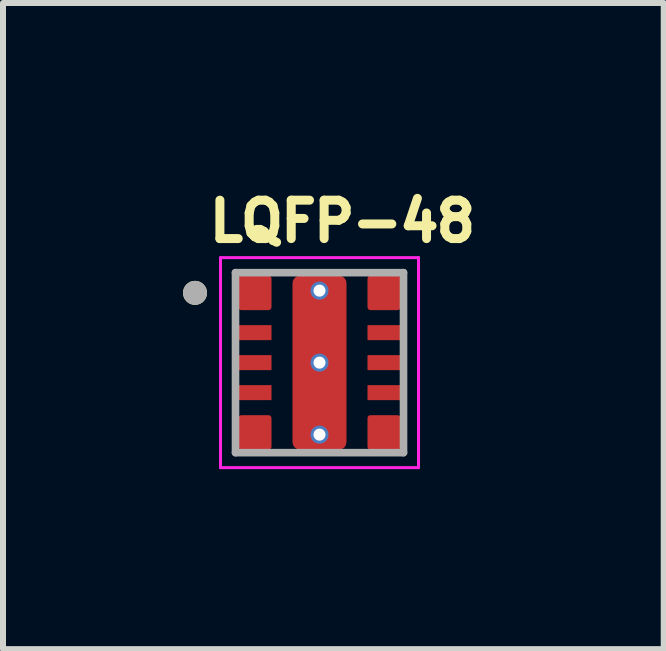
<source format=kicad_pcb>
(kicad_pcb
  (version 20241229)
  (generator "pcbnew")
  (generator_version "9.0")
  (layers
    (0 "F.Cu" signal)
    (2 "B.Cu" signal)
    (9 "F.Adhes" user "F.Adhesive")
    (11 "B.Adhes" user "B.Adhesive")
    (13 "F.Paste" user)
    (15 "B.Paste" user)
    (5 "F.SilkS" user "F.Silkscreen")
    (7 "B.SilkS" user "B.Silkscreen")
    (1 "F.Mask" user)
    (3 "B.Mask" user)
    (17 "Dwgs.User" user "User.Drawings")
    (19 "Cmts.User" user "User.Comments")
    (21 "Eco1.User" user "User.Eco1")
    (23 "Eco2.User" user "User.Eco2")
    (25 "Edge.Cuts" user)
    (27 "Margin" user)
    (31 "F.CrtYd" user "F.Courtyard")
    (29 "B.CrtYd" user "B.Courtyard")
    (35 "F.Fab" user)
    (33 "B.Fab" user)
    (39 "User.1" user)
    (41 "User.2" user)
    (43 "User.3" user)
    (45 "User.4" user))
  (footprint "LQFP-48"
    (layer "F.Cu")
    (at 2.275 2.994)
    (property "Reference" "LQFP-48" (at 0.382 -2.356 0) (layer "F.SilkS") (effects (font (size 0.64 0.64) (thickness 0.15))))
    (attr smd)
    (fp_poly (pts (xy -1.35 -1.5) (xy -0.8 -1.5) (xy -0.797 -1.5) (xy -0.795 -1.5) (xy -0.792 -1.499) (xy -0.79 -1.499) (xy -0.787 -1.498) (xy -0.785 -1.498) (xy -0.782 -1.497) (xy -0.78 -1.496) (xy -0.777 -1.495) (xy -0.775 -1.493) (xy -0.773 -1.492) (xy -0.771 -1.49) (xy -0.769 -1.489) (xy -0.767 -1.487) (xy -0.765 -1.485) (xy -0.763 -1.483) (xy -0.761 -1.481) (xy -0.76 -1.479) (xy -0.758 -1.477) (xy -0.757 -1.475) (xy -0.755 -1.473) (xy -0.754 -1.47) (xy -0.753 -1.468) (xy -0.752 -1.465) (xy -0.752 -1.463) (xy -0.751 -1.46) (xy -0.751 -1.458) (xy -0.75 -1.455) (xy -0.75 -1.453) (xy -0.75 -1.45) (xy -0.75 -0.875) (xy -0.75 -0.872) (xy -0.75 -0.87) (xy -0.751 -0.867) (xy -0.751 -0.865) (xy -0.752 -0.862) (xy -0.752 -0.86) (xy -0.753 -0.857) (xy -0.754 -0.855) (xy -0.755 -0.852) (xy -0.757 -0.85) (xy -0.758 -0.848) (xy -0.76 -0.846) (xy -0.761 -0.844) (xy -0.763 -0.842) (xy -0.765 -0.84) (xy -0.767 -0.838) (xy -0.769 -0.836) (xy -0.771 -0.835) (xy -0.773 -0.833) (xy -0.775 -0.832) (xy -0.777 -0.83) (xy -0.78 -0.829) (xy -0.782 -0.828) (xy -0.785 -0.827) (xy -0.787 -0.827) (xy -0.79 -0.826) (xy -0.792 -0.826) (xy -0.795 -0.825) (xy -0.797 -0.825) (xy -0.8 -0.825) (xy -1.35 -0.825) (xy -1.353 -0.825) (xy -1.355 -0.825) (xy -1.358 -0.826) (xy -1.36 -0.826) (xy -1.363 -0.827) (xy -1.365 -0.827) (xy -1.368 -0.828) (xy -1.37 -0.829) (xy -1.373 -0.83) (xy -1.375 -0.832) (xy -1.377 -0.833) (xy -1.379 -0.835) (xy -1.381 -0.836) (xy -1.383 -0.838) (xy -1.385 -0.84) (xy -1.387 -0.842) (xy -1.389 -0.844) (xy -1.39 -0.846) (xy -1.392 -0.848) (xy -1.393 -0.85) (xy -1.395 -0.852) (xy -1.396 -0.855) (xy -1.397 -0.857) (xy -1.398 -0.86) (xy -1.398 -0.862) (xy -1.399 -0.865) (xy -1.399 -0.867) (xy -1.4 -0.87) (xy -1.4 -0.872) (xy -1.4 -0.875) (xy -1.4 -1.45) (xy -1.4 -1.453) (xy -1.4 -1.455) (xy -1.399 -1.458) (xy -1.399 -1.46) (xy -1.398 -1.463) (xy -1.398 -1.465) (xy -1.397 -1.468) (xy -1.396 -1.47) (xy -1.395 -1.473) (xy -1.393 -1.475) (xy -1.392 -1.477) (xy -1.39 -1.479) (xy -1.389 -1.481) (xy -1.387 -1.483) (xy -1.385 -1.485) (xy -1.383 -1.487) (xy -1.381 -1.489) (xy -1.379 -1.49) (xy -1.377 -1.492) (xy -1.375 -1.493) (xy -1.373 -1.495) (xy -1.37 -1.496) (xy -1.368 -1.497) (xy -1.365 -1.498) (xy -1.363 -1.498) (xy -1.36 -1.499) (xy -1.358 -1.499) (xy -1.355 -1.5) (xy -1.353 -1.5) (xy -1.35 -1.5)) (stroke (width 0.01) (type solid)) (fill yes) (layer "F.Mask"))
    (fp_poly (pts (xy -1.35 -0.675) (xy -0.8 -0.675) (xy -0.797 -0.675) (xy -0.795 -0.675) (xy -0.792 -0.674) (xy -0.79 -0.674) (xy -0.787 -0.673) (xy -0.785 -0.673) (xy -0.782 -0.672) (xy -0.78 -0.671) (xy -0.777 -0.67) (xy -0.775 -0.668) (xy -0.773 -0.667) (xy -0.771 -0.665) (xy -0.769 -0.664) (xy -0.767 -0.662) (xy -0.765 -0.66) (xy -0.763 -0.658) (xy -0.761 -0.656) (xy -0.76 -0.654) (xy -0.758 -0.652) (xy -0.757 -0.65) (xy -0.755 -0.648) (xy -0.754 -0.645) (xy -0.753 -0.643) (xy -0.752 -0.64) (xy -0.752 -0.638) (xy -0.751 -0.635) (xy -0.751 -0.633) (xy -0.75 -0.63) (xy -0.75 -0.628) (xy -0.75 -0.625) (xy -0.75 -0.375) (xy -0.75 -0.372) (xy -0.75 -0.37) (xy -0.751 -0.367) (xy -0.751 -0.365) (xy -0.752 -0.362) (xy -0.752 -0.36) (xy -0.753 -0.357) (xy -0.754 -0.355) (xy -0.755 -0.352) (xy -0.757 -0.35) (xy -0.758 -0.348) (xy -0.76 -0.346) (xy -0.761 -0.344) (xy -0.763 -0.342) (xy -0.765 -0.34) (xy -0.767 -0.338) (xy -0.769 -0.336) (xy -0.771 -0.335) (xy -0.773 -0.333) (xy -0.775 -0.332) (xy -0.777 -0.33) (xy -0.78 -0.329) (xy -0.782 -0.328) (xy -0.785 -0.327) (xy -0.787 -0.327) (xy -0.79 -0.326) (xy -0.792 -0.326) (xy -0.795 -0.325) (xy -0.797 -0.325) (xy -0.8 -0.325) (xy -1.35 -0.325) (xy -1.353 -0.325) (xy -1.355 -0.325) (xy -1.358 -0.326) (xy -1.36 -0.326) (xy -1.363 -0.327) (xy -1.365 -0.327) (xy -1.368 -0.328) (xy -1.37 -0.329) (xy -1.373 -0.33) (xy -1.375 -0.332) (xy -1.377 -0.333) (xy -1.379 -0.335) (xy -1.381 -0.336) (xy -1.383 -0.338) (xy -1.385 -0.34) (xy -1.387 -0.342) (xy -1.389 -0.344) (xy -1.39 -0.346) (xy -1.392 -0.348) (xy -1.393 -0.35) (xy -1.395 -0.352) (xy -1.396 -0.355) (xy -1.397 -0.357) (xy -1.398 -0.36) (xy -1.398 -0.362) (xy -1.399 -0.365) (xy -1.399 -0.367) (xy -1.4 -0.37) (xy -1.4 -0.372) (xy -1.4 -0.375) (xy -1.4 -0.625) (xy -1.4 -0.628) (xy -1.4 -0.63) (xy -1.399 -0.633) (xy -1.399 -0.635) (xy -1.398 -0.638) (xy -1.398 -0.64) (xy -1.397 -0.643) (xy -1.396 -0.645) (xy -1.395 -0.648) (xy -1.393 -0.65) (xy -1.392 -0.652) (xy -1.39 -0.654) (xy -1.389 -0.656) (xy -1.387 -0.658) (xy -1.385 -0.66) (xy -1.383 -0.662) (xy -1.381 -0.664) (xy -1.379 -0.665) (xy -1.377 -0.667) (xy -1.375 -0.668) (xy -1.373 -0.67) (xy -1.37 -0.671) (xy -1.368 -0.672) (xy -1.365 -0.673) (xy -1.363 -0.673) (xy -1.36 -0.674) (xy -1.358 -0.674) (xy -1.355 -0.675) (xy -1.353 -0.675) (xy -1.35 -0.675)) (stroke (width 0.01) (type solid)) (fill yes) (layer "F.Mask"))
    (fp_poly (pts (xy -1.35 -0.175) (xy -0.8 -0.175) (xy -0.797 -0.175) (xy -0.795 -0.175) (xy -0.792 -0.174) (xy -0.79 -0.174) (xy -0.787 -0.173) (xy -0.785 -0.173) (xy -0.782 -0.172) (xy -0.78 -0.171) (xy -0.777 -0.17) (xy -0.775 -0.168) (xy -0.773 -0.167) (xy -0.771 -0.165) (xy -0.769 -0.164) (xy -0.767 -0.162) (xy -0.765 -0.16) (xy -0.763 -0.158) (xy -0.761 -0.156) (xy -0.76 -0.154) (xy -0.758 -0.152) (xy -0.757 -0.15) (xy -0.755 -0.148) (xy -0.754 -0.145) (xy -0.753 -0.143) (xy -0.752 -0.14) (xy -0.752 -0.138) (xy -0.751 -0.135) (xy -0.751 -0.133) (xy -0.75 -0.13) (xy -0.75 -0.128) (xy -0.75 -0.125) (xy -0.75 0.125) (xy -0.75 0.128) (xy -0.75 0.13) (xy -0.751 0.133) (xy -0.751 0.135) (xy -0.752 0.138) (xy -0.752 0.14) (xy -0.753 0.143) (xy -0.754 0.145) (xy -0.755 0.148) (xy -0.757 0.15) (xy -0.758 0.152) (xy -0.76 0.154) (xy -0.761 0.156) (xy -0.763 0.158) (xy -0.765 0.16) (xy -0.767 0.162) (xy -0.769 0.164) (xy -0.771 0.165) (xy -0.773 0.167) (xy -0.775 0.168) (xy -0.777 0.17) (xy -0.78 0.171) (xy -0.782 0.172) (xy -0.785 0.173) (xy -0.787 0.173) (xy -0.79 0.174) (xy -0.792 0.174) (xy -0.795 0.175) (xy -0.797 0.175) (xy -0.8 0.175) (xy -1.35 0.175) (xy -1.353 0.175) (xy -1.355 0.175) (xy -1.358 0.174) (xy -1.36 0.174) (xy -1.363 0.173) (xy -1.365 0.173) (xy -1.368 0.172) (xy -1.37 0.171) (xy -1.373 0.17) (xy -1.375 0.168) (xy -1.377 0.167) (xy -1.379 0.165) (xy -1.381 0.164) (xy -1.383 0.162) (xy -1.385 0.16) (xy -1.387 0.158) (xy -1.389 0.156) (xy -1.39 0.154) (xy -1.392 0.152) (xy -1.393 0.15) (xy -1.395 0.148) (xy -1.396 0.145) (xy -1.397 0.143) (xy -1.398 0.14) (xy -1.398 0.138) (xy -1.399 0.135) (xy -1.399 0.133) (xy -1.4 0.13) (xy -1.4 0.128) (xy -1.4 0.125) (xy -1.4 -0.125) (xy -1.4 -0.128) (xy -1.4 -0.13) (xy -1.399 -0.133) (xy -1.399 -0.135) (xy -1.398 -0.138) (xy -1.398 -0.14) (xy -1.397 -0.143) (xy -1.396 -0.145) (xy -1.395 -0.148) (xy -1.393 -0.15) (xy -1.392 -0.152) (xy -1.39 -0.154) (xy -1.389 -0.156) (xy -1.387 -0.158) (xy -1.385 -0.16) (xy -1.383 -0.162) (xy -1.381 -0.164) (xy -1.379 -0.165) (xy -1.377 -0.167) (xy -1.375 -0.168) (xy -1.373 -0.17) (xy -1.37 -0.171) (xy -1.368 -0.172) (xy -1.365 -0.173) (xy -1.363 -0.173) (xy -1.36 -0.174) (xy -1.358 -0.174) (xy -1.355 -0.175) (xy -1.353 -0.175) (xy -1.35 -0.175)) (stroke (width 0.01) (type solid)) (fill yes) (layer "F.Mask"))
    (fp_poly (pts (xy -1.35 0.325) (xy -0.8 0.325) (xy -0.797 0.325) (xy -0.795 0.325) (xy -0.792 0.326) (xy -0.79 0.326) (xy -0.787 0.327) (xy -0.785 0.327) (xy -0.782 0.328) (xy -0.78 0.329) (xy -0.777 0.33) (xy -0.775 0.332) (xy -0.773 0.333) (xy -0.771 0.335) (xy -0.769 0.336) (xy -0.767 0.338) (xy -0.765 0.34) (xy -0.763 0.342) (xy -0.761 0.344) (xy -0.76 0.346) (xy -0.758 0.348) (xy -0.757 0.35) (xy -0.755 0.352) (xy -0.754 0.355) (xy -0.753 0.357) (xy -0.752 0.36) (xy -0.752 0.362) (xy -0.751 0.365) (xy -0.751 0.367) (xy -0.75 0.37) (xy -0.75 0.372) (xy -0.75 0.375) (xy -0.75 0.625) (xy -0.75 0.628) (xy -0.75 0.63) (xy -0.751 0.633) (xy -0.751 0.635) (xy -0.752 0.638) (xy -0.752 0.64) (xy -0.753 0.643) (xy -0.754 0.645) (xy -0.755 0.648) (xy -0.757 0.65) (xy -0.758 0.652) (xy -0.76 0.654) (xy -0.761 0.656) (xy -0.763 0.658) (xy -0.765 0.66) (xy -0.767 0.662) (xy -0.769 0.664) (xy -0.771 0.665) (xy -0.773 0.667) (xy -0.775 0.668) (xy -0.777 0.67) (xy -0.78 0.671) (xy -0.782 0.672) (xy -0.785 0.673) (xy -0.787 0.673) (xy -0.79 0.674) (xy -0.792 0.674) (xy -0.795 0.675) (xy -0.797 0.675) (xy -0.8 0.675) (xy -1.35 0.675) (xy -1.353 0.675) (xy -1.355 0.675) (xy -1.358 0.674) (xy -1.36 0.674) (xy -1.363 0.673) (xy -1.365 0.673) (xy -1.368 0.672) (xy -1.37 0.671) (xy -1.373 0.67) (xy -1.375 0.668) (xy -1.377 0.667) (xy -1.379 0.665) (xy -1.381 0.664) (xy -1.383 0.662) (xy -1.385 0.66) (xy -1.387 0.658) (xy -1.389 0.656) (xy -1.39 0.654) (xy -1.392 0.652) (xy -1.393 0.65) (xy -1.395 0.648) (xy -1.396 0.645) (xy -1.397 0.643) (xy -1.398 0.64) (xy -1.398 0.638) (xy -1.399 0.635) (xy -1.399 0.633) (xy -1.4 0.63) (xy -1.4 0.628) (xy -1.4 0.625) (xy -1.4 0.375) (xy -1.4 0.372) (xy -1.4 0.37) (xy -1.399 0.367) (xy -1.399 0.365) (xy -1.398 0.362) (xy -1.398 0.36) (xy -1.397 0.357) (xy -1.396 0.355) (xy -1.395 0.352) (xy -1.393 0.35) (xy -1.392 0.348) (xy -1.39 0.346) (xy -1.389 0.344) (xy -1.387 0.342) (xy -1.385 0.34) (xy -1.383 0.338) (xy -1.381 0.336) (xy -1.379 0.335) (xy -1.377 0.333) (xy -1.375 0.332) (xy -1.373 0.33) (xy -1.37 0.329) (xy -1.368 0.328) (xy -1.365 0.327) (xy -1.363 0.327) (xy -1.36 0.326) (xy -1.358 0.326) (xy -1.355 0.325) (xy -1.353 0.325) (xy -1.35 0.325)) (stroke (width 0.01) (type solid)) (fill yes) (layer "F.Mask"))
    (fp_poly (pts (xy -1.35 0.825) (xy -0.8 0.825) (xy -0.797 0.825) (xy -0.795 0.825) (xy -0.792 0.826) (xy -0.79 0.826) (xy -0.787 0.827) (xy -0.785 0.827) (xy -0.782 0.828) (xy -0.78 0.829) (xy -0.777 0.83) (xy -0.775 0.832) (xy -0.773 0.833) (xy -0.771 0.835) (xy -0.769 0.836) (xy -0.767 0.838) (xy -0.765 0.84) (xy -0.763 0.842) (xy -0.761 0.844) (xy -0.76 0.846) (xy -0.758 0.848) (xy -0.757 0.85) (xy -0.755 0.852) (xy -0.754 0.855) (xy -0.753 0.857) (xy -0.752 0.86) (xy -0.752 0.862) (xy -0.751 0.865) (xy -0.751 0.867) (xy -0.75 0.87) (xy -0.75 0.872) (xy -0.75 0.875) (xy -0.75 1.45) (xy -0.75 1.453) (xy -0.75 1.455) (xy -0.751 1.458) (xy -0.751 1.46) (xy -0.752 1.463) (xy -0.752 1.465) (xy -0.753 1.468) (xy -0.754 1.47) (xy -0.755 1.473) (xy -0.757 1.475) (xy -0.758 1.477) (xy -0.76 1.479) (xy -0.761 1.481) (xy -0.763 1.483) (xy -0.765 1.485) (xy -0.767 1.487) (xy -0.769 1.489) (xy -0.771 1.49) (xy -0.773 1.492) (xy -0.775 1.493) (xy -0.777 1.495) (xy -0.78 1.496) (xy -0.782 1.497) (xy -0.785 1.498) (xy -0.787 1.498) (xy -0.79 1.499) (xy -0.792 1.499) (xy -0.795 1.5) (xy -0.797 1.5) (xy -0.8 1.5) (xy -1.35 1.5) (xy -1.353 1.5) (xy -1.355 1.5) (xy -1.358 1.499) (xy -1.36 1.499) (xy -1.363 1.498) (xy -1.365 1.498) (xy -1.368 1.497) (xy -1.37 1.496) (xy -1.373 1.495) (xy -1.375 1.493) (xy -1.377 1.492) (xy -1.379 1.49) (xy -1.381 1.489) (xy -1.383 1.487) (xy -1.385 1.485) (xy -1.387 1.483) (xy -1.389 1.481) (xy -1.39 1.479) (xy -1.392 1.477) (xy -1.393 1.475) (xy -1.395 1.473) (xy -1.396 1.47) (xy -1.397 1.468) (xy -1.398 1.465) (xy -1.398 1.463) (xy -1.399 1.46) (xy -1.399 1.458) (xy -1.4 1.455) (xy -1.4 1.453) (xy -1.4 1.45) (xy -1.4 0.875) (xy -1.4 0.872) (xy -1.4 0.87) (xy -1.399 0.867) (xy -1.399 0.865) (xy -1.398 0.862) (xy -1.398 0.86) (xy -1.397 0.857) (xy -1.396 0.855) (xy -1.395 0.852) (xy -1.393 0.85) (xy -1.392 0.848) (xy -1.39 0.846) (xy -1.389 0.844) (xy -1.387 0.842) (xy -1.385 0.84) (xy -1.383 0.838) (xy -1.381 0.836) (xy -1.379 0.835) (xy -1.377 0.833) (xy -1.375 0.832) (xy -1.373 0.83) (xy -1.37 0.829) (xy -1.368 0.828) (xy -1.365 0.827) (xy -1.363 0.827) (xy -1.36 0.826) (xy -1.358 0.826) (xy -1.355 0.825) (xy -1.353 0.825) (xy -1.35 0.825)) (stroke (width 0.01) (type solid)) (fill yes) (layer "F.Mask"))
    (fp_poly (pts (xy -0.5 1.45) (xy -0.5 -1.45) (xy -0.5 -1.453) (xy -0.5 -1.455) (xy -0.499 -1.458) (xy -0.499 -1.46) (xy -0.498 -1.463) (xy -0.498 -1.465) (xy -0.497 -1.468) (xy -0.496 -1.47) (xy -0.495 -1.473) (xy -0.493 -1.475) (xy -0.492 -1.477) (xy -0.49 -1.479) (xy -0.489 -1.481) (xy -0.487 -1.483) (xy -0.485 -1.485) (xy -0.483 -1.487) (xy -0.481 -1.489) (xy -0.479 -1.49) (xy -0.477 -1.492) (xy -0.475 -1.493) (xy -0.473 -1.495) (xy -0.47 -1.496) (xy -0.468 -1.497) (xy -0.465 -1.498) (xy -0.463 -1.498) (xy -0.46 -1.499) (xy -0.458 -1.499) (xy -0.455 -1.5) (xy -0.453 -1.5) (xy -0.45 -1.5) (xy 0.45 -1.5) (xy 0.453 -1.5) (xy 0.455 -1.5) (xy 0.458 -1.499) (xy 0.46 -1.499) (xy 0.463 -1.498) (xy 0.465 -1.498) (xy 0.468 -1.497) (xy 0.47 -1.496) (xy 0.473 -1.495) (xy 0.475 -1.493) (xy 0.477 -1.492) (xy 0.479 -1.49) (xy 0.481 -1.489) (xy 0.483 -1.487) (xy 0.485 -1.485) (xy 0.487 -1.483) (xy 0.489 -1.481) (xy 0.49 -1.479) (xy 0.492 -1.477) (xy 0.493 -1.475) (xy 0.495 -1.473) (xy 0.496 -1.47) (xy 0.497 -1.468) (xy 0.498 -1.465) (xy 0.498 -1.463) (xy 0.499 -1.46) (xy 0.499 -1.458) (xy 0.5 -1.455) (xy 0.5 -1.453) (xy 0.5 -1.45) (xy 0.5 1.45) (xy 0.5 1.453) (xy 0.5 1.455) (xy 0.499 1.458) (xy 0.499 1.46) (xy 0.498 1.463) (xy 0.498 1.465) (xy 0.497 1.468) (xy 0.496 1.47) (xy 0.495 1.473) (xy 0.493 1.475) (xy 0.492 1.477) (xy 0.49 1.479) (xy 0.489 1.481) (xy 0.487 1.483) (xy 0.485 1.485) (xy 0.483 1.487) (xy 0.481 1.489) (xy 0.479 1.49) (xy 0.477 1.492) (xy 0.475 1.493) (xy 0.473 1.495) (xy 0.47 1.496) (xy 0.468 1.497) (xy 0.465 1.498) (xy 0.463 1.498) (xy 0.46 1.499) (xy 0.458 1.499) (xy 0.455 1.5) (xy 0.453 1.5) (xy 0.45 1.5) (xy -0.45 1.5) (xy -0.453 1.5) (xy -0.455 1.5) (xy -0.458 1.499) (xy -0.46 1.499) (xy -0.463 1.498) (xy -0.465 1.498) (xy -0.468 1.497) (xy -0.47 1.496) (xy -0.473 1.495) (xy -0.475 1.493) (xy -0.477 1.492) (xy -0.479 1.49) (xy -0.481 1.489) (xy -0.483 1.487) (xy -0.485 1.485) (xy -0.487 1.483) (xy -0.489 1.481) (xy -0.49 1.479) (xy -0.492 1.477) (xy -0.493 1.475) (xy -0.495 1.473) (xy -0.496 1.47) (xy -0.497 1.468) (xy -0.498 1.465) (xy -0.498 1.463) (xy -0.499 1.46) (xy -0.499 1.458) (xy -0.5 1.455) (xy -0.5 1.453) (xy -0.5 1.45)) (stroke (width 0.01) (type solid)) (fill yes) (layer "F.Mask"))
    (fp_poly (pts (xy 0.8 -1.5) (xy 1.35 -1.5) (xy 1.353 -1.5) (xy 1.355 -1.5) (xy 1.358 -1.499) (xy 1.36 -1.499) (xy 1.363 -1.498) (xy 1.365 -1.498) (xy 1.368 -1.497) (xy 1.37 -1.496) (xy 1.373 -1.495) (xy 1.375 -1.493) (xy 1.377 -1.492) (xy 1.379 -1.49) (xy 1.381 -1.489) (xy 1.383 -1.487) (xy 1.385 -1.485) (xy 1.387 -1.483) (xy 1.389 -1.481) (xy 1.39 -1.479) (xy 1.392 -1.477) (xy 1.393 -1.475) (xy 1.395 -1.473) (xy 1.396 -1.47) (xy 1.397 -1.468) (xy 1.398 -1.465) (xy 1.398 -1.463) (xy 1.399 -1.46) (xy 1.399 -1.458) (xy 1.4 -1.455) (xy 1.4 -1.453) (xy 1.4 -1.45) (xy 1.4 -0.875) (xy 1.4 -0.872) (xy 1.4 -0.87) (xy 1.399 -0.867) (xy 1.399 -0.865) (xy 1.398 -0.862) (xy 1.398 -0.86) (xy 1.397 -0.857) (xy 1.396 -0.855) (xy 1.395 -0.852) (xy 1.393 -0.85) (xy 1.392 -0.848) (xy 1.39 -0.846) (xy 1.389 -0.844) (xy 1.387 -0.842) (xy 1.385 -0.84) (xy 1.383 -0.838) (xy 1.381 -0.836) (xy 1.379 -0.835) (xy 1.377 -0.833) (xy 1.375 -0.832) (xy 1.373 -0.83) (xy 1.37 -0.829) (xy 1.368 -0.828) (xy 1.365 -0.827) (xy 1.363 -0.827) (xy 1.36 -0.826) (xy 1.358 -0.826) (xy 1.355 -0.825) (xy 1.353 -0.825) (xy 1.35 -0.825) (xy 0.8 -0.825) (xy 0.797 -0.825) (xy 0.795 -0.825) (xy 0.792 -0.826) (xy 0.79 -0.826) (xy 0.787 -0.827) (xy 0.785 -0.827) (xy 0.782 -0.828) (xy 0.78 -0.829) (xy 0.777 -0.83) (xy 0.775 -0.832) (xy 0.773 -0.833) (xy 0.771 -0.835) (xy 0.769 -0.836) (xy 0.767 -0.838) (xy 0.765 -0.84) (xy 0.763 -0.842) (xy 0.761 -0.844) (xy 0.76 -0.846) (xy 0.758 -0.848) (xy 0.757 -0.85) (xy 0.755 -0.852) (xy 0.754 -0.855) (xy 0.753 -0.857) (xy 0.752 -0.86) (xy 0.752 -0.862) (xy 0.751 -0.865) (xy 0.751 -0.867) (xy 0.75 -0.87) (xy 0.75 -0.872) (xy 0.75 -0.875) (xy 0.75 -1.45) (xy 0.75 -1.453) (xy 0.75 -1.455) (xy 0.751 -1.458) (xy 0.751 -1.46) (xy 0.752 -1.463) (xy 0.752 -1.465) (xy 0.753 -1.468) (xy 0.754 -1.47) (xy 0.755 -1.473) (xy 0.757 -1.475) (xy 0.758 -1.477) (xy 0.76 -1.479) (xy 0.761 -1.481) (xy 0.763 -1.483) (xy 0.765 -1.485) (xy 0.767 -1.487) (xy 0.769 -1.489) (xy 0.771 -1.49) (xy 0.773 -1.492) (xy 0.775 -1.493) (xy 0.777 -1.495) (xy 0.78 -1.496) (xy 0.782 -1.497) (xy 0.785 -1.498) (xy 0.787 -1.498) (xy 0.79 -1.499) (xy 0.792 -1.499) (xy 0.795 -1.5) (xy 0.797 -1.5) (xy 0.8 -1.5)) (stroke (width 0.01) (type solid)) (fill yes) (layer "F.Mask"))
    (fp_poly (pts (xy 0.8 -0.675) (xy 1.35 -0.675) (xy 1.353 -0.675) (xy 1.355 -0.675) (xy 1.358 -0.674) (xy 1.36 -0.674) (xy 1.363 -0.673) (xy 1.365 -0.673) (xy 1.368 -0.672) (xy 1.37 -0.671) (xy 1.373 -0.67) (xy 1.375 -0.668) (xy 1.377 -0.667) (xy 1.379 -0.665) (xy 1.381 -0.664) (xy 1.383 -0.662) (xy 1.385 -0.66) (xy 1.387 -0.658) (xy 1.389 -0.656) (xy 1.39 -0.654) (xy 1.392 -0.652) (xy 1.393 -0.65) (xy 1.395 -0.648) (xy 1.396 -0.645) (xy 1.397 -0.643) (xy 1.398 -0.64) (xy 1.398 -0.638) (xy 1.399 -0.635) (xy 1.399 -0.633) (xy 1.4 -0.63) (xy 1.4 -0.628) (xy 1.4 -0.625) (xy 1.4 -0.375) (xy 1.4 -0.372) (xy 1.4 -0.37) (xy 1.399 -0.367) (xy 1.399 -0.365) (xy 1.398 -0.362) (xy 1.398 -0.36) (xy 1.397 -0.357) (xy 1.396 -0.355) (xy 1.395 -0.352) (xy 1.393 -0.35) (xy 1.392 -0.348) (xy 1.39 -0.346) (xy 1.389 -0.344) (xy 1.387 -0.342) (xy 1.385 -0.34) (xy 1.383 -0.338) (xy 1.381 -0.336) (xy 1.379 -0.335) (xy 1.377 -0.333) (xy 1.375 -0.332) (xy 1.373 -0.33) (xy 1.37 -0.329) (xy 1.368 -0.328) (xy 1.365 -0.327) (xy 1.363 -0.327) (xy 1.36 -0.326) (xy 1.358 -0.326) (xy 1.355 -0.325) (xy 1.353 -0.325) (xy 1.35 -0.325) (xy 0.8 -0.325) (xy 0.797 -0.325) (xy 0.795 -0.325) (xy 0.792 -0.326) (xy 0.79 -0.326) (xy 0.787 -0.327) (xy 0.785 -0.327) (xy 0.782 -0.328) (xy 0.78 -0.329) (xy 0.777 -0.33) (xy 0.775 -0.332) (xy 0.773 -0.333) (xy 0.771 -0.335) (xy 0.769 -0.336) (xy 0.767 -0.338) (xy 0.765 -0.34) (xy 0.763 -0.342) (xy 0.761 -0.344) (xy 0.76 -0.346) (xy 0.758 -0.348) (xy 0.757 -0.35) (xy 0.755 -0.352) (xy 0.754 -0.355) (xy 0.753 -0.357) (xy 0.752 -0.36) (xy 0.752 -0.362) (xy 0.751 -0.365) (xy 0.751 -0.367) (xy 0.75 -0.37) (xy 0.75 -0.372) (xy 0.75 -0.375) (xy 0.75 -0.625) (xy 0.75 -0.628) (xy 0.75 -0.63) (xy 0.751 -0.633) (xy 0.751 -0.635) (xy 0.752 -0.638) (xy 0.752 -0.64) (xy 0.753 -0.643) (xy 0.754 -0.645) (xy 0.755 -0.648) (xy 0.757 -0.65) (xy 0.758 -0.652) (xy 0.76 -0.654) (xy 0.761 -0.656) (xy 0.763 -0.658) (xy 0.765 -0.66) (xy 0.767 -0.662) (xy 0.769 -0.664) (xy 0.771 -0.665) (xy 0.773 -0.667) (xy 0.775 -0.668) (xy 0.777 -0.67) (xy 0.78 -0.671) (xy 0.782 -0.672) (xy 0.785 -0.673) (xy 0.787 -0.673) (xy 0.79 -0.674) (xy 0.792 -0.674) (xy 0.795 -0.675) (xy 0.797 -0.675) (xy 0.8 -0.675)) (stroke (width 0.01) (type solid)) (fill yes) (layer "F.Mask"))
    (fp_poly (pts (xy 0.8 -0.175) (xy 1.35 -0.175) (xy 1.353 -0.175) (xy 1.355 -0.175) (xy 1.358 -0.174) (xy 1.36 -0.174) (xy 1.363 -0.173) (xy 1.365 -0.173) (xy 1.368 -0.172) (xy 1.37 -0.171) (xy 1.373 -0.17) (xy 1.375 -0.168) (xy 1.377 -0.167) (xy 1.379 -0.165) (xy 1.381 -0.164) (xy 1.383 -0.162) (xy 1.385 -0.16) (xy 1.387 -0.158) (xy 1.389 -0.156) (xy 1.39 -0.154) (xy 1.392 -0.152) (xy 1.393 -0.15) (xy 1.395 -0.148) (xy 1.396 -0.145) (xy 1.397 -0.143) (xy 1.398 -0.14) (xy 1.398 -0.138) (xy 1.399 -0.135) (xy 1.399 -0.133) (xy 1.4 -0.13) (xy 1.4 -0.128) (xy 1.4 -0.125) (xy 1.4 0.125) (xy 1.4 0.128) (xy 1.4 0.13) (xy 1.399 0.133) (xy 1.399 0.135) (xy 1.398 0.138) (xy 1.398 0.14) (xy 1.397 0.143) (xy 1.396 0.145) (xy 1.395 0.148) (xy 1.393 0.15) (xy 1.392 0.152) (xy 1.39 0.154) (xy 1.389 0.156) (xy 1.387 0.158) (xy 1.385 0.16) (xy 1.383 0.162) (xy 1.381 0.164) (xy 1.379 0.165) (xy 1.377 0.167) (xy 1.375 0.168) (xy 1.373 0.17) (xy 1.37 0.171) (xy 1.368 0.172) (xy 1.365 0.173) (xy 1.363 0.173) (xy 1.36 0.174) (xy 1.358 0.174) (xy 1.355 0.175) (xy 1.353 0.175) (xy 1.35 0.175) (xy 0.8 0.175) (xy 0.797 0.175) (xy 0.795 0.175) (xy 0.792 0.174) (xy 0.79 0.174) (xy 0.787 0.173) (xy 0.785 0.173) (xy 0.782 0.172) (xy 0.78 0.171) (xy 0.777 0.17) (xy 0.775 0.168) (xy 0.773 0.167) (xy 0.771 0.165) (xy 0.769 0.164) (xy 0.767 0.162) (xy 0.765 0.16) (xy 0.763 0.158) (xy 0.761 0.156) (xy 0.76 0.154) (xy 0.758 0.152) (xy 0.757 0.15) (xy 0.755 0.148) (xy 0.754 0.145) (xy 0.753 0.143) (xy 0.752 0.14) (xy 0.752 0.138) (xy 0.751 0.135) (xy 0.751 0.133) (xy 0.75 0.13) (xy 0.75 0.128) (xy 0.75 0.125) (xy 0.75 -0.125) (xy 0.75 -0.128) (xy 0.75 -0.13) (xy 0.751 -0.133) (xy 0.751 -0.135) (xy 0.752 -0.138) (xy 0.752 -0.14) (xy 0.753 -0.143) (xy 0.754 -0.145) (xy 0.755 -0.148) (xy 0.757 -0.15) (xy 0.758 -0.152) (xy 0.76 -0.154) (xy 0.761 -0.156) (xy 0.763 -0.158) (xy 0.765 -0.16) (xy 0.767 -0.162) (xy 0.769 -0.164) (xy 0.771 -0.165) (xy 0.773 -0.167) (xy 0.775 -0.168) (xy 0.777 -0.17) (xy 0.78 -0.171) (xy 0.782 -0.172) (xy 0.785 -0.173) (xy 0.787 -0.173) (xy 0.79 -0.174) (xy 0.792 -0.174) (xy 0.795 -0.175) (xy 0.797 -0.175) (xy 0.8 -0.175)) (stroke (width 0.01) (type solid)) (fill yes) (layer "F.Mask"))
    (fp_poly (pts (xy 0.8 0.325) (xy 1.35 0.325) (xy 1.353 0.325) (xy 1.355 0.325) (xy 1.358 0.326) (xy 1.36 0.326) (xy 1.363 0.327) (xy 1.365 0.327) (xy 1.368 0.328) (xy 1.37 0.329) (xy 1.373 0.33) (xy 1.375 0.332) (xy 1.377 0.333) (xy 1.379 0.335) (xy 1.381 0.336) (xy 1.383 0.338) (xy 1.385 0.34) (xy 1.387 0.342) (xy 1.389 0.344) (xy 1.39 0.346) (xy 1.392 0.348) (xy 1.393 0.35) (xy 1.395 0.352) (xy 1.396 0.355) (xy 1.397 0.357) (xy 1.398 0.36) (xy 1.398 0.362) (xy 1.399 0.365) (xy 1.399 0.367) (xy 1.4 0.37) (xy 1.4 0.372) (xy 1.4 0.375) (xy 1.4 0.625) (xy 1.4 0.628) (xy 1.4 0.63) (xy 1.399 0.633) (xy 1.399 0.635) (xy 1.398 0.638) (xy 1.398 0.64) (xy 1.397 0.643) (xy 1.396 0.645) (xy 1.395 0.648) (xy 1.393 0.65) (xy 1.392 0.652) (xy 1.39 0.654) (xy 1.389 0.656) (xy 1.387 0.658) (xy 1.385 0.66) (xy 1.383 0.662) (xy 1.381 0.664) (xy 1.379 0.665) (xy 1.377 0.667) (xy 1.375 0.668) (xy 1.373 0.67) (xy 1.37 0.671) (xy 1.368 0.672) (xy 1.365 0.673) (xy 1.363 0.673) (xy 1.36 0.674) (xy 1.358 0.674) (xy 1.355 0.675) (xy 1.353 0.675) (xy 1.35 0.675) (xy 0.8 0.675) (xy 0.797 0.675) (xy 0.795 0.675) (xy 0.792 0.674) (xy 0.79 0.674) (xy 0.787 0.673) (xy 0.785 0.673) (xy 0.782 0.672) (xy 0.78 0.671) (xy 0.777 0.67) (xy 0.775 0.668) (xy 0.773 0.667) (xy 0.771 0.665) (xy 0.769 0.664) (xy 0.767 0.662) (xy 0.765 0.66) (xy 0.763 0.658) (xy 0.761 0.656) (xy 0.76 0.654) (xy 0.758 0.652) (xy 0.757 0.65) (xy 0.755 0.648) (xy 0.754 0.645) (xy 0.753 0.643) (xy 0.752 0.64) (xy 0.752 0.638) (xy 0.751 0.635) (xy 0.751 0.633) (xy 0.75 0.63) (xy 0.75 0.628) (xy 0.75 0.625) (xy 0.75 0.375) (xy 0.75 0.372) (xy 0.75 0.37) (xy 0.751 0.367) (xy 0.751 0.365) (xy 0.752 0.362) (xy 0.752 0.36) (xy 0.753 0.357) (xy 0.754 0.355) (xy 0.755 0.352) (xy 0.757 0.35) (xy 0.758 0.348) (xy 0.76 0.346) (xy 0.761 0.344) (xy 0.763 0.342) (xy 0.765 0.34) (xy 0.767 0.338) (xy 0.769 0.336) (xy 0.771 0.335) (xy 0.773 0.333) (xy 0.775 0.332) (xy 0.777 0.33) (xy 0.78 0.329) (xy 0.782 0.328) (xy 0.785 0.327) (xy 0.787 0.327) (xy 0.79 0.326) (xy 0.792 0.326) (xy 0.795 0.325) (xy 0.797 0.325) (xy 0.8 0.325)) (stroke (width 0.01) (type solid)) (fill yes) (layer "F.Mask"))
    (fp_poly (pts (xy 0.8 0.825) (xy 1.35 0.825) (xy 1.353 0.825) (xy 1.355 0.825) (xy 1.358 0.826) (xy 1.36 0.826) (xy 1.363 0.827) (xy 1.365 0.827) (xy 1.368 0.828) (xy 1.37 0.829) (xy 1.373 0.83) (xy 1.375 0.832) (xy 1.377 0.833) (xy 1.379 0.835) (xy 1.381 0.836) (xy 1.383 0.838) (xy 1.385 0.84) (xy 1.387 0.842) (xy 1.389 0.844) (xy 1.39 0.846) (xy 1.392 0.848) (xy 1.393 0.85) (xy 1.395 0.852) (xy 1.396 0.855) (xy 1.397 0.857) (xy 1.398 0.86) (xy 1.398 0.862) (xy 1.399 0.865) (xy 1.399 0.867) (xy 1.4 0.87) (xy 1.4 0.872) (xy 1.4 0.875) (xy 1.4 1.45) (xy 1.4 1.453) (xy 1.4 1.455) (xy 1.399 1.458) (xy 1.399 1.46) (xy 1.398 1.463) (xy 1.398 1.465) (xy 1.397 1.468) (xy 1.396 1.47) (xy 1.395 1.473) (xy 1.393 1.475) (xy 1.392 1.477) (xy 1.39 1.479) (xy 1.389 1.481) (xy 1.387 1.483) (xy 1.385 1.485) (xy 1.383 1.487) (xy 1.381 1.489) (xy 1.379 1.49) (xy 1.377 1.492) (xy 1.375 1.493) (xy 1.373 1.495) (xy 1.37 1.496) (xy 1.368 1.497) (xy 1.365 1.498) (xy 1.363 1.498) (xy 1.36 1.499) (xy 1.358 1.499) (xy 1.355 1.5) (xy 1.353 1.5) (xy 1.35 1.5) (xy 0.8 1.5) (xy 0.797 1.5) (xy 0.795 1.5) (xy 0.792 1.499) (xy 0.79 1.499) (xy 0.787 1.498) (xy 0.785 1.498) (xy 0.782 1.497) (xy 0.78 1.496) (xy 0.777 1.495) (xy 0.775 1.493) (xy 0.773 1.492) (xy 0.771 1.49) (xy 0.769 1.489) (xy 0.767 1.487) (xy 0.765 1.485) (xy 0.763 1.483) (xy 0.761 1.481) (xy 0.76 1.479) (xy 0.758 1.477) (xy 0.757 1.475) (xy 0.755 1.473) (xy 0.754 1.47) (xy 0.753 1.468) (xy 0.752 1.465) (xy 0.752 1.463) (xy 0.751 1.46) (xy 0.751 1.458) (xy 0.75 1.455) (xy 0.75 1.453) (xy 0.75 1.45) (xy 0.75 0.875) (xy 0.75 0.872) (xy 0.75 0.87) (xy 0.751 0.867) (xy 0.751 0.865) (xy 0.752 0.862) (xy 0.752 0.86) (xy 0.753 0.857) (xy 0.754 0.855) (xy 0.755 0.852) (xy 0.757 0.85) (xy 0.758 0.848) (xy 0.76 0.846) (xy 0.761 0.844) (xy 0.763 0.842) (xy 0.765 0.84) (xy 0.767 0.838) (xy 0.769 0.836) (xy 0.771 0.835) (xy 0.773 0.833) (xy 0.775 0.832) (xy 0.777 0.83) (xy 0.78 0.829) (xy 0.782 0.828) (xy 0.785 0.827) (xy 0.787 0.827) (xy 0.79 0.826) (xy 0.792 0.826) (xy 0.795 0.825) (xy 0.797 0.825) (xy 0.8 0.825)) (stroke (width 0.01) (type solid)) (fill yes) (layer "F.Mask"))
    (fp_circle (center -2.075 -1.163) (end -1.975 -1.163) (stroke (width 0.2) (type solid)) (fill no) (layer "F.SilkS"))
    (fp_poly (pts (xy -0.4 -0.15) (xy -0.4 -1.35) (xy -0.4 -1.353) (xy -0.4 -1.355) (xy -0.399 -1.358) (xy -0.399 -1.36) (xy -0.398 -1.363) (xy -0.398 -1.365) (xy -0.397 -1.368) (xy -0.396 -1.37) (xy -0.395 -1.373) (xy -0.393 -1.375) (xy -0.392 -1.377) (xy -0.39 -1.379) (xy -0.389 -1.381) (xy -0.387 -1.383) (xy -0.385 -1.385) (xy -0.383 -1.387) (xy -0.381 -1.389) (xy -0.379 -1.39) (xy -0.377 -1.392) (xy -0.375 -1.393) (xy -0.373 -1.395) (xy -0.37 -1.396) (xy -0.368 -1.397) (xy -0.365 -1.398) (xy -0.363 -1.398) (xy -0.36 -1.399) (xy -0.358 -1.399) (xy -0.355 -1.4) (xy -0.353 -1.4) (xy -0.35 -1.4) (xy 0.35 -1.4) (xy 0.353 -1.4) (xy 0.355 -1.4) (xy 0.358 -1.399) (xy 0.36 -1.399) (xy 0.363 -1.398) (xy 0.365 -1.398) (xy 0.368 -1.397) (xy 0.37 -1.396) (xy 0.373 -1.395) (xy 0.375 -1.393) (xy 0.377 -1.392) (xy 0.379 -1.39) (xy 0.381 -1.389) (xy 0.383 -1.387) (xy 0.385 -1.385) (xy 0.387 -1.383) (xy 0.389 -1.381) (xy 0.39 -1.379) (xy 0.392 -1.377) (xy 0.393 -1.375) (xy 0.395 -1.373) (xy 0.396 -1.37) (xy 0.397 -1.368) (xy 0.398 -1.365) (xy 0.398 -1.363) (xy 0.399 -1.36) (xy 0.399 -1.358) (xy 0.4 -1.355) (xy 0.4 -1.353) (xy 0.4 -1.35) (xy 0.4 -0.15) (xy 0.4 -0.147) (xy 0.4 -0.145) (xy 0.399 -0.142) (xy 0.399 -0.14) (xy 0.398 -0.137) (xy 0.398 -0.135) (xy 0.397 -0.132) (xy 0.396 -0.13) (xy 0.395 -0.127) (xy 0.393 -0.125) (xy 0.392 -0.123) (xy 0.39 -0.121) (xy 0.389 -0.119) (xy 0.387 -0.117) (xy 0.385 -0.115) (xy 0.383 -0.113) (xy 0.381 -0.111) (xy 0.379 -0.11) (xy 0.377 -0.108) (xy 0.375 -0.107) (xy 0.373 -0.105) (xy 0.37 -0.104) (xy 0.368 -0.103) (xy 0.365 -0.102) (xy 0.363 -0.102) (xy 0.36 -0.101) (xy 0.358 -0.101) (xy 0.355 -0.1) (xy 0.353 -0.1) (xy 0.35 -0.1) (xy -0.35 -0.1) (xy -0.353 -0.1) (xy -0.355 -0.1) (xy -0.358 -0.101) (xy -0.36 -0.101) (xy -0.363 -0.102) (xy -0.365 -0.102) (xy -0.368 -0.103) (xy -0.37 -0.104) (xy -0.373 -0.105) (xy -0.375 -0.107) (xy -0.377 -0.108) (xy -0.379 -0.11) (xy -0.381 -0.111) (xy -0.383 -0.113) (xy -0.385 -0.115) (xy -0.387 -0.117) (xy -0.389 -0.119) (xy -0.39 -0.121) (xy -0.392 -0.123) (xy -0.393 -0.125) (xy -0.395 -0.127) (xy -0.396 -0.13) (xy -0.397 -0.132) (xy -0.398 -0.135) (xy -0.398 -0.137) (xy -0.399 -0.14) (xy -0.399 -0.142) (xy -0.4 -0.145) (xy -0.4 -0.147) (xy -0.4 -0.15)) (stroke (width 0.01) (type solid)) (fill yes) (layer "F.Paste"))
    (fp_poly (pts (xy -0.4 1.35) (xy -0.4 0.15) (xy -0.4 0.147) (xy -0.4 0.145) (xy -0.399 0.142) (xy -0.399 0.14) (xy -0.398 0.137) (xy -0.398 0.135) (xy -0.397 0.132) (xy -0.396 0.13) (xy -0.395 0.127) (xy -0.393 0.125) (xy -0.392 0.123) (xy -0.39 0.121) (xy -0.389 0.119) (xy -0.387 0.117) (xy -0.385 0.115) (xy -0.383 0.113) (xy -0.381 0.111) (xy -0.379 0.11) (xy -0.377 0.108) (xy -0.375 0.107) (xy -0.373 0.105) (xy -0.37 0.104) (xy -0.368 0.103) (xy -0.365 0.102) (xy -0.363 0.102) (xy -0.36 0.101) (xy -0.358 0.101) (xy -0.355 0.1) (xy -0.353 0.1) (xy -0.35 0.1) (xy 0.35 0.1) (xy 0.353 0.1) (xy 0.355 0.1) (xy 0.358 0.101) (xy 0.36 0.101) (xy 0.363 0.102) (xy 0.365 0.102) (xy 0.368 0.103) (xy 0.37 0.104) (xy 0.373 0.105) (xy 0.375 0.107) (xy 0.377 0.108) (xy 0.379 0.11) (xy 0.381 0.111) (xy 0.383 0.113) (xy 0.385 0.115) (xy 0.387 0.117) (xy 0.389 0.119) (xy 0.39 0.121) (xy 0.392 0.123) (xy 0.393 0.125) (xy 0.395 0.127) (xy 0.396 0.13) (xy 0.397 0.132) (xy 0.398 0.135) (xy 0.398 0.137) (xy 0.399 0.14) (xy 0.399 0.142) (xy 0.4 0.145) (xy 0.4 0.147) (xy 0.4 0.15) (xy 0.4 1.35) (xy 0.4 1.353) (xy 0.4 1.355) (xy 0.399 1.358) (xy 0.399 1.36) (xy 0.398 1.363) (xy 0.398 1.365) (xy 0.397 1.368) (xy 0.396 1.37) (xy 0.395 1.373) (xy 0.393 1.375) (xy 0.392 1.377) (xy 0.39 1.379) (xy 0.389 1.381) (xy 0.387 1.383) (xy 0.385 1.385) (xy 0.383 1.387) (xy 0.381 1.389) (xy 0.379 1.39) (xy 0.377 1.392) (xy 0.375 1.393) (xy 0.373 1.395) (xy 0.37 1.396) (xy 0.368 1.397) (xy 0.365 1.398) (xy 0.363 1.398) (xy 0.36 1.399) (xy 0.358 1.399) (xy 0.355 1.4) (xy 0.353 1.4) (xy 0.35 1.4) (xy -0.35 1.4) (xy -0.353 1.4) (xy -0.355 1.4) (xy -0.358 1.399) (xy -0.36 1.399) (xy -0.363 1.398) (xy -0.365 1.398) (xy -0.368 1.397) (xy -0.37 1.396) (xy -0.373 1.395) (xy -0.375 1.393) (xy -0.377 1.392) (xy -0.379 1.39) (xy -0.381 1.389) (xy -0.383 1.387) (xy -0.385 1.385) (xy -0.387 1.383) (xy -0.389 1.381) (xy -0.39 1.379) (xy -0.392 1.377) (xy -0.393 1.375) (xy -0.395 1.373) (xy -0.396 1.37) (xy -0.397 1.368) (xy -0.398 1.365) (xy -0.398 1.363) (xy -0.399 1.36) (xy -0.399 1.358) (xy -0.4 1.355) (xy -0.4 1.353) (xy -0.4 1.35)) (stroke (width 0.01) (type solid)) (fill yes) (layer "F.Paste"))
    (fp_line (start -1.65 -1.75) (end -1.65 1.75) (stroke (width 0.05) (type solid)) (layer "F.CrtYd"))
    (fp_line (start -1.65 1.75) (end 1.65 1.75) (stroke (width 0.05) (type solid)) (layer "F.CrtYd"))
    (fp_line (start 1.65 -1.75) (end -1.65 -1.75) (stroke (width 0.05) (type solid)) (layer "F.CrtYd"))
    (fp_line (start 1.65 1.75) (end 1.65 -1.75) (stroke (width 0.05) (type solid)) (layer "F.CrtYd"))
    (fp_line (start -1.4 -1.5) (end 1.4 -1.5) (stroke (width 0.127) (type solid)) (layer "F.Fab"))
    (fp_line (start -1.4 1.5) (end -1.4 -1.5) (stroke (width 0.127) (type solid)) (layer "F.Fab"))
    (fp_line (start 1.4 -1.5) (end 1.4 1.5) (stroke (width 0.127) (type solid)) (layer "F.Fab"))
    (fp_line (start 1.4 1.5) (end -1.4 1.5) (stroke (width 0.127) (type solid)) (layer "F.Fab"))
    (fp_circle (center -2.075 -1.163) (end -1.975 -1.163) (stroke (width 0.2) (type solid)) (fill no) (layer "F.Fab"))
    (pad "1" smd roundrect (at -1.075 -1.163) (size 0.55 0.575) (layers "F.Cu" "F.Paste") (roundrect_rratio 0.09))
    (pad "2" smd roundrect (at -1.075 -0.5) (size 0.55 0.25) (layers "F.Cu" "F.Paste") (roundrect_rratio 0.04))
    (pad "3" smd roundrect (at -1.075 0) (size 0.55 0.25) (layers "F.Cu" "F.Paste") (roundrect_rratio 0.04))
    (pad "4" smd roundrect (at -1.075 0.5) (size 0.55 0.25) (layers "F.Cu" "F.Paste") (roundrect_rratio 0.04))
    (pad "5" smd roundrect (at -1.075 1.163) (size 0.55 0.575) (layers "F.Cu" "F.Paste") (roundrect_rratio 0.09))
    (pad "6" smd roundrect (at 1.075 1.163) (size 0.55 0.575) (layers "F.Cu" "F.Paste") (roundrect_rratio 0.09))
    (pad "7" smd roundrect (at 1.075 0.5) (size 0.55 0.25) (layers "F.Cu" "F.Paste") (roundrect_rratio 0.04))
    (pad "8" smd roundrect (at 1.075 0) (size 0.55 0.25) (layers "F.Cu" "F.Paste") (roundrect_rratio 0.04))
    (pad "9" smd roundrect (at 1.075 -0.5) (size 0.55 0.25) (layers "F.Cu" "F.Paste") (roundrect_rratio 0.04))
    (pad "10" smd roundrect (at 1.075 -1.163) (size 0.55 0.575) (layers "F.Cu" "F.Paste") (roundrect_rratio 0.09))
    (pad "11" smd roundrect (at 0 0) (size 0.9 2.9) (layers "F.Cu") (roundrect_rratio 0.14))
    (pad "12" thru_hole circle (at 0 -1.2) (size 0.3 0.3) (drill 0.2) (layers "*.Cu"))
    (pad "13" thru_hole circle (at 0 0) (size 0.3 0.3) (drill 0.2) (layers "*.Cu"))
    (pad "14" thru_hole circle (at 0 1.2) (size 0.3 0.3) (drill 0.2) (layers "*.Cu")))
  (gr_rect
    (start -3 -3)
    (end 8.012 7.769)
    (stroke (width 0.1) (type default))
    (fill no)
    (layer "Edge.Cuts")))
</source>
